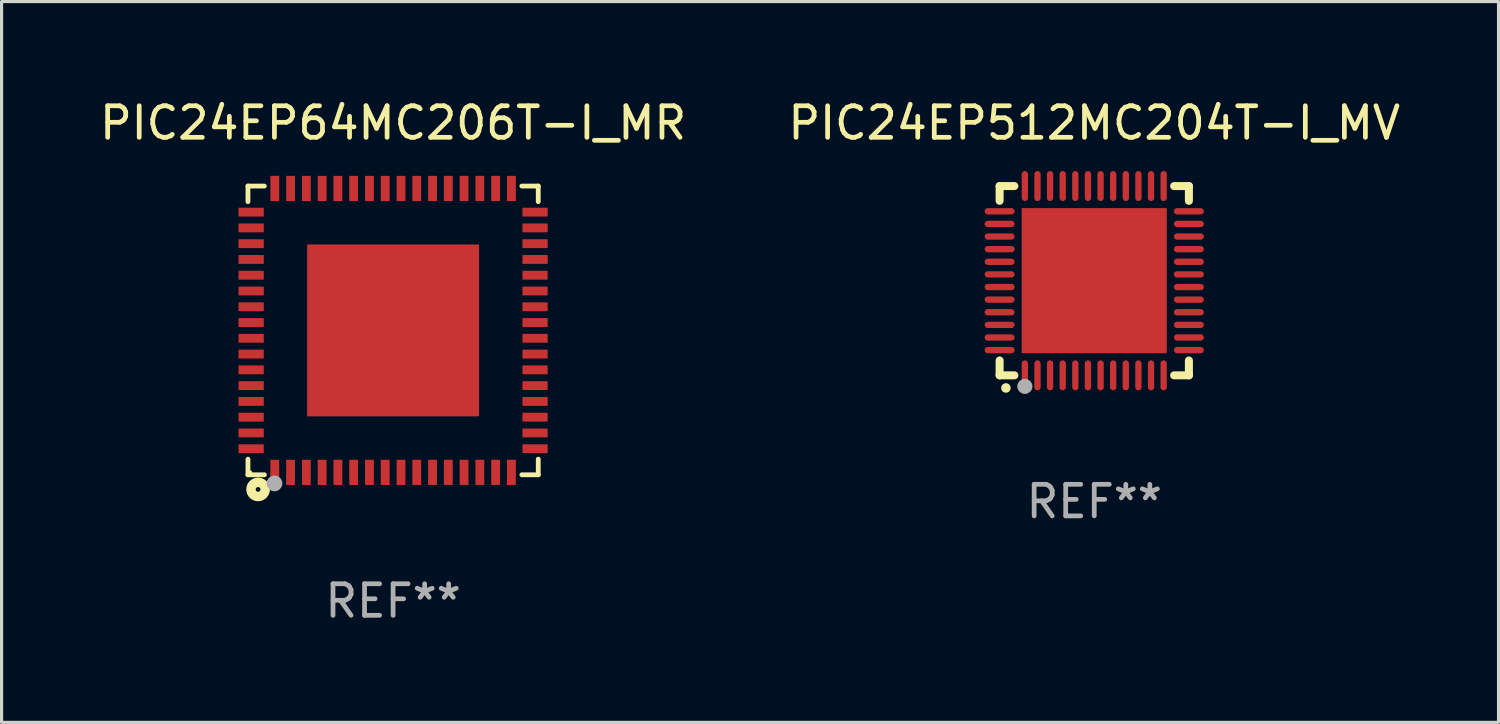
<source format=kicad_pcb>
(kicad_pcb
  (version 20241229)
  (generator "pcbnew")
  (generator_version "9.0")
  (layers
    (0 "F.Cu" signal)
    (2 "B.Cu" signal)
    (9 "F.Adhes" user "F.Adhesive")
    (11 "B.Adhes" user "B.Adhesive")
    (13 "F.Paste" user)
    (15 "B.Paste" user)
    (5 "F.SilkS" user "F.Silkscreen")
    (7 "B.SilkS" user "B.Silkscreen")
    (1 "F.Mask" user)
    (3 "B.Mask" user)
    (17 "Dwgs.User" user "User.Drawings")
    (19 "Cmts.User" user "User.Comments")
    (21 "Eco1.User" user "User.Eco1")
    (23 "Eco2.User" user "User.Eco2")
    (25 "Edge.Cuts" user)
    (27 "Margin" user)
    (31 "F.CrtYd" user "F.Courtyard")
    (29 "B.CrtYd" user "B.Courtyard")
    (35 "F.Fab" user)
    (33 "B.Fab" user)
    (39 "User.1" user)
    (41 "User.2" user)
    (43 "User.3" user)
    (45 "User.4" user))
  (footprint "PIC24EP512MC204T-I_MV"
    (layer "F.Cu")
    (at 31.637 5.848)
    (property "Reference" "PIC24EP512MC204T-I_MV" (at 0 -5 0) (layer "F.SilkS") (effects (font (size 1 1) (thickness 0.15))))
    (attr through_hole)
    (fp_line (start -3 -3) (end -2.532 -3) (stroke (width 0.254) (type solid)) (layer "F.SilkS"))
    (fp_line (start -3 -2.532) (end -3 -3) (stroke (width 0.254) (type solid)) (layer "F.SilkS"))
    (fp_line (start -3 3) (end -3 2.529) (stroke (width 0.254) (type solid)) (layer "F.SilkS"))
    (fp_line (start -2.532 3) (end -3 3) (stroke (width 0.254) (type solid)) (layer "F.SilkS"))
    (fp_line (start 2.532 -3) (end 3 -3) (stroke (width 0.254) (type solid)) (layer "F.SilkS"))
    (fp_line (start 3 -3) (end 3 -2.532) (stroke (width 0.254) (type solid)) (layer "F.SilkS"))
    (fp_line (start 3 2.529) (end 3 3) (stroke (width 0.254) (type solid)) (layer "F.SilkS"))
    (fp_line (start 3 3) (end 2.532 3) (stroke (width 0.254) (type solid)) (layer "F.SilkS"))
    (fp_arc (start -2.801295 3.400025) (mid -2.800025 3.40002) (end -2.798755 3.400025) (stroke (width 0.3) (type solid)) (layer "F.SilkS"))
    (fp_circle (center -3 3) (end -2.97 3) (stroke (width 0.06) (type solid)) (fill no) (layer "F.SilkS"))
    (fp_circle (center -2.2 3.35) (end -2.08 3.35) (stroke (width 0.24) (type solid)) (fill no) (layer "F.Fab"))
    (fp_text user "REF**" (at 0 7 0) (layer "F.Fab") (effects (font (size 1 1) (thickness 0.15))))
    (pad "1" smd oval (at -2.2 3) (size 0.2 0.95) (layers "F.Cu" "F.Mask" "F.Paste"))
    (pad "2" smd oval (at -1.8 3) (size 0.2 0.95) (layers "F.Cu" "F.Mask" "F.Paste"))
    (pad "3" smd oval (at -1.4 3) (size 0.2 0.95) (layers "F.Cu" "F.Mask" "F.Paste"))
    (pad "4" smd oval (at -1 3) (size 0.2 0.95) (layers "F.Cu" "F.Mask" "F.Paste"))
    (pad "5" smd oval (at -0.6 3) (size 0.2 0.95) (layers "F.Cu" "F.Mask" "F.Paste"))
    (pad "6" smd oval (at -0.2 3) (size 0.2 0.95) (layers "F.Cu" "F.Mask" "F.Paste"))
    (pad "7" smd oval (at 0.2 3) (size 0.2 0.95) (layers "F.Cu" "F.Mask" "F.Paste"))
    (pad "8" smd oval (at 0.6 3) (size 0.2 0.95) (layers "F.Cu" "F.Mask" "F.Paste"))
    (pad "9" smd oval (at 1 3) (size 0.2 0.95) (layers "F.Cu" "F.Mask" "F.Paste"))
    (pad "10" smd oval (at 1.4 3) (size 0.2 0.95) (layers "F.Cu" "F.Mask" "F.Paste"))
    (pad "11" smd oval (at 1.8 3) (size 0.2 0.95) (layers "F.Cu" "F.Mask" "F.Paste"))
    (pad "12" smd oval (at 2.2 3) (size 0.2 0.95) (layers "F.Cu" "F.Mask" "F.Paste"))
    (pad "13" smd oval (at 3 2.2 90) (size 0.2 0.95) (layers "F.Cu" "F.Mask" "F.Paste"))
    (pad "14" smd oval (at 3 1.8 90) (size 0.2 0.95) (layers "F.Cu" "F.Mask" "F.Paste"))
    (pad "15" smd oval (at 3 1.4 90) (size 0.2 0.95) (layers "F.Cu" "F.Mask" "F.Paste"))
    (pad "16" smd oval (at 3 1 90) (size 0.2 0.95) (layers "F.Cu" "F.Mask" "F.Paste"))
    (pad "17" smd oval (at 3 0.6 90) (size 0.2 0.95) (layers "F.Cu" "F.Mask" "F.Paste"))
    (pad "18" smd oval (at 3 0.2 90) (size 0.2 0.95) (layers "F.Cu" "F.Mask" "F.Paste"))
    (pad "19" smd oval (at 3 -0.2 90) (size 0.2 0.95) (layers "F.Cu" "F.Mask" "F.Paste"))
    (pad "20" smd oval (at 3 -0.6 90) (size 0.2 0.95) (layers "F.Cu" "F.Mask" "F.Paste"))
    (pad "21" smd oval (at 3 -1 90) (size 0.2 0.95) (layers "F.Cu" "F.Mask" "F.Paste"))
    (pad "22" smd oval (at 3 -1.4 90) (size 0.2 0.95) (layers "F.Cu" "F.Mask" "F.Paste"))
    (pad "23" smd oval (at 3 -1.8 90) (size 0.2 0.95) (layers "F.Cu" "F.Mask" "F.Paste"))
    (pad "24" smd oval (at 3 -2.2 90) (size 0.2 0.95) (layers "F.Cu" "F.Mask" "F.Paste"))
    (pad "25" smd oval (at 2.2 -3 180) (size 0.2 0.95) (layers "F.Cu" "F.Mask" "F.Paste"))
    (pad "26" smd oval (at 1.8 -3 180) (size 0.2 0.95) (layers "F.Cu" "F.Mask" "F.Paste"))
    (pad "27" smd oval (at 1.4 -3 180) (size 0.2 0.95) (layers "F.Cu" "F.Mask" "F.Paste"))
    (pad "28" smd oval (at 1 -3 180) (size 0.2 0.95) (layers "F.Cu" "F.Mask" "F.Paste"))
    (pad "29" smd oval (at 0.6 -3 180) (size 0.2 0.95) (layers "F.Cu" "F.Mask" "F.Paste"))
    (pad "30" smd oval (at 0.2 -3 180) (size 0.2 0.95) (layers "F.Cu" "F.Mask" "F.Paste"))
    (pad "31" smd oval (at -0.2 -3 180) (size 0.2 0.95) (layers "F.Cu" "F.Mask" "F.Paste"))
    (pad "32" smd oval (at -0.6 -3 180) (size 0.2 0.95) (layers "F.Cu" "F.Mask" "F.Paste"))
    (pad "33" smd oval (at -1 -3 180) (size 0.2 0.95) (layers "F.Cu" "F.Mask" "F.Paste"))
    (pad "34" smd oval (at -1.4 -3 180) (size 0.2 0.95) (layers "F.Cu" "F.Mask" "F.Paste"))
    (pad "35" smd oval (at -1.8 -3 180) (size 0.2 0.95) (layers "F.Cu" "F.Mask" "F.Paste"))
    (pad "36" smd oval (at -2.2 -3 180) (size 0.2 0.95) (layers "F.Cu" "F.Mask" "F.Paste"))
    (pad "37" smd oval (at -3 -2.2 270) (size 0.2 0.95) (layers "F.Cu" "F.Mask" "F.Paste"))
    (pad "38" smd oval (at -3 -1.8 270) (size 0.2 0.95) (layers "F.Cu" "F.Mask" "F.Paste"))
    (pad "39" smd oval (at -3 -1.4 270) (size 0.2 0.95) (layers "F.Cu" "F.Mask" "F.Paste"))
    (pad "40" smd oval (at -3 -1 270) (size 0.2 0.95) (layers "F.Cu" "F.Mask" "F.Paste"))
    (pad "41" smd oval (at -3 -0.6 270) (size 0.2 0.95) (layers "F.Cu" "F.Mask" "F.Paste"))
    (pad "42" smd oval (at -3 -0.2 270) (size 0.2 0.95) (layers "F.Cu" "F.Mask" "F.Paste"))
    (pad "43" smd oval (at -3 0.2 270) (size 0.2 0.95) (layers "F.Cu" "F.Mask" "F.Paste"))
    (pad "44" smd oval (at -3 0.6 270) (size 0.2 0.95) (layers "F.Cu" "F.Mask" "F.Paste"))
    (pad "45" smd oval (at -3 1 270) (size 0.2 0.95) (layers "F.Cu" "F.Mask" "F.Paste"))
    (pad "46" smd oval (at -3 1.4 270) (size 0.2 0.95) (layers "F.Cu" "F.Mask" "F.Paste"))
    (pad "47" smd oval (at -3 1.8 270) (size 0.2 0.95) (layers "F.Cu" "F.Mask" "F.Paste"))
    (pad "48" smd oval (at -3 2.2 270) (size 0.2 0.95) (layers "F.Cu" "F.Mask" "F.Paste"))
    (pad "49" smd rect (at -0.001 -0.001 180) (size 4.6 4.6) (layers "F.Cu" "F.Mask" "F.Paste")))
  (footprint "PIC24EP64MC206T-I_MR"
    (layer "F.Cu")
    (at 9.411 7.424)
    (property "Reference" "PIC24EP64MC206T-I_MR" (at 0 -6.576 0) (layer "F.SilkS") (effects (font (size 1 1) (thickness 0.15))))
    (attr through_hole)
    (fp_line (start -4.601 -4.576) (end -4.081 -4.576) (stroke (width 0.152) (type solid)) (layer "F.SilkS"))
    (fp_line (start -4.601 -4.081) (end -4.601 -4.576) (stroke (width 0.152) (type solid)) (layer "F.SilkS"))
    (fp_line (start -4.601 4.081) (end -4.601 4.576) (stroke (width 0.152) (type solid)) (layer "F.SilkS"))
    (fp_line (start -4.601 4.576) (end -4.081 4.576) (stroke (width 0.152) (type solid)) (layer "F.SilkS"))
    (fp_line (start 4.601 -4.576) (end 4.081 -4.576) (stroke (width 0.152) (type solid)) (layer "F.SilkS"))
    (fp_line (start 4.601 -4.081) (end 4.601 -4.576) (stroke (width 0.152) (type solid)) (layer "F.SilkS"))
    (fp_line (start 4.601 4.081) (end 4.601 4.576) (stroke (width 0.152) (type solid)) (layer "F.SilkS"))
    (fp_line (start 4.601 4.576) (end 4.081 4.576) (stroke (width 0.152) (type solid)) (layer "F.SilkS"))
    (fp_circle (center -4.525 4.5) (end -4.495 4.5) (stroke (width 0.06) (type solid)) (fill no) (layer "F.SilkS"))
    (fp_circle (center -4.28 5.04) (end -4.205 5.04) (stroke (width 0.3) (type solid)) (fill no) (layer "F.SilkS"))
    (fp_circle (center -3.76 4.85) (end -3.635 4.85) (stroke (width 0.25) (type solid)) (fill no) (layer "F.Fab"))
    (fp_text user "REF**" (at 0 8.576 0) (layer "F.Fab") (effects (font (size 1 1) (thickness 0.15))))
    (pad "1" smd rect (at -3.75 4.5) (size 0.28 0.8) (layers "F.Cu" "F.Mask" "F.Paste"))
    (pad "2" smd rect (at -3.25 4.5) (size 0.28 0.8) (layers "F.Cu" "F.Mask" "F.Paste"))
    (pad "3" smd rect (at -2.75 4.5) (size 0.28 0.8) (layers "F.Cu" "F.Mask" "F.Paste"))
    (pad "4" smd rect (at -2.25 4.5) (size 0.28 0.8) (layers "F.Cu" "F.Mask" "F.Paste"))
    (pad "5" smd rect (at -1.75 4.5) (size 0.28 0.8) (layers "F.Cu" "F.Mask" "F.Paste"))
    (pad "6" smd rect (at -1.25 4.5) (size 0.28 0.8) (layers "F.Cu" "F.Mask" "F.Paste"))
    (pad "7" smd rect (at -0.75 4.5) (size 0.28 0.8) (layers "F.Cu" "F.Mask" "F.Paste"))
    (pad "8" smd rect (at -0.25 4.5) (size 0.28 0.8) (layers "F.Cu" "F.Mask" "F.Paste"))
    (pad "9" smd rect (at 0.25 4.5) (size 0.28 0.8) (layers "F.Cu" "F.Mask" "F.Paste"))
    (pad "10" smd rect (at 0.75 4.5) (size 0.28 0.8) (layers "F.Cu" "F.Mask" "F.Paste"))
    (pad "11" smd rect (at 1.25 4.5) (size 0.28 0.8) (layers "F.Cu" "F.Mask" "F.Paste"))
    (pad "12" smd rect (at 1.75 4.5) (size 0.28 0.8) (layers "F.Cu" "F.Mask" "F.Paste"))
    (pad "13" smd rect (at 2.25 4.5) (size 0.28 0.8) (layers "F.Cu" "F.Mask" "F.Paste"))
    (pad "14" smd rect (at 2.75 4.5) (size 0.28 0.8) (layers "F.Cu" "F.Mask" "F.Paste"))
    (pad "15" smd rect (at 3.25 4.5) (size 0.28 0.8) (layers "F.Cu" "F.Mask" "F.Paste"))
    (pad "16" smd rect (at 3.75 4.5) (size 0.28 0.8) (layers "F.Cu" "F.Mask" "F.Paste"))
    (pad "17" smd rect (at 4.5 3.75) (size 0.8 0.28) (layers "F.Cu" "F.Mask" "F.Paste"))
    (pad "18" smd rect (at 4.5 3.25) (size 0.8 0.28) (layers "F.Cu" "F.Mask" "F.Paste"))
    (pad "19" smd rect (at 4.5 2.75) (size 0.8 0.28) (layers "F.Cu" "F.Mask" "F.Paste"))
    (pad "20" smd rect (at 4.5 2.25) (size 0.8 0.28) (layers "F.Cu" "F.Mask" "F.Paste"))
    (pad "21" smd rect (at 4.5 1.75) (size 0.8 0.28) (layers "F.Cu" "F.Mask" "F.Paste"))
    (pad "22" smd rect (at 4.5 1.25) (size 0.8 0.28) (layers "F.Cu" "F.Mask" "F.Paste"))
    (pad "23" smd rect (at 4.5 0.75) (size 0.8 0.28) (layers "F.Cu" "F.Mask" "F.Paste"))
    (pad "24" smd rect (at 4.5 0.25) (size 0.8 0.28) (layers "F.Cu" "F.Mask" "F.Paste"))
    (pad "25" smd rect (at 4.5 -0.25) (size 0.8 0.28) (layers "F.Cu" "F.Mask" "F.Paste"))
    (pad "26" smd rect (at 4.5 -0.75) (size 0.8 0.28) (layers "F.Cu" "F.Mask" "F.Paste"))
    (pad "27" smd rect (at 4.5 -1.25) (size 0.8 0.28) (layers "F.Cu" "F.Mask" "F.Paste"))
    (pad "28" smd rect (at 4.5 -1.75) (size 0.8 0.28) (layers "F.Cu" "F.Mask" "F.Paste"))
    (pad "29" smd rect (at 4.5 -2.25) (size 0.8 0.28) (layers "F.Cu" "F.Mask" "F.Paste"))
    (pad "30" smd rect (at 4.5 -2.75) (size 0.8 0.28) (layers "F.Cu" "F.Mask" "F.Paste"))
    (pad "31" smd rect (at 4.5 -3.25) (size 0.8 0.28) (layers "F.Cu" "F.Mask" "F.Paste"))
    (pad "32" smd rect (at 4.5 -3.75) (size 0.8 0.28) (layers "F.Cu" "F.Mask" "F.Paste"))
    (pad "33" smd rect (at 3.75 -4.5) (size 0.28 0.8) (layers "F.Cu" "F.Mask" "F.Paste"))
    (pad "34" smd rect (at 3.25 -4.5) (size 0.28 0.8) (layers "F.Cu" "F.Mask" "F.Paste"))
    (pad "35" smd rect (at 2.75 -4.5) (size 0.28 0.8) (layers "F.Cu" "F.Mask" "F.Paste"))
    (pad "36" smd rect (at 2.25 -4.5) (size 0.28 0.8) (layers "F.Cu" "F.Mask" "F.Paste"))
    (pad "37" smd rect (at 1.75 -4.5) (size 0.28 0.8) (layers "F.Cu" "F.Mask" "F.Paste"))
    (pad "38" smd rect (at 1.25 -4.5) (size 0.28 0.8) (layers "F.Cu" "F.Mask" "F.Paste"))
    (pad "39" smd rect (at 0.75 -4.5) (size 0.28 0.8) (layers "F.Cu" "F.Mask" "F.Paste"))
    (pad "40" smd rect (at 0.25 -4.5) (size 0.28 0.8) (layers "F.Cu" "F.Mask" "F.Paste"))
    (pad "41" smd rect (at -0.25 -4.5) (size 0.28 0.8) (layers "F.Cu" "F.Mask" "F.Paste"))
    (pad "42" smd rect (at -0.75 -4.5) (size 0.28 0.8) (layers "F.Cu" "F.Mask" "F.Paste"))
    (pad "43" smd rect (at -1.25 -4.5) (size 0.28 0.8) (layers "F.Cu" "F.Mask" "F.Paste"))
    (pad "44" smd rect (at -1.75 -4.5) (size 0.28 0.8) (layers "F.Cu" "F.Mask" "F.Paste"))
    (pad "45" smd rect (at -2.25 -4.5) (size 0.28 0.8) (layers "F.Cu" "F.Mask" "F.Paste"))
    (pad "46" smd rect (at -2.75 -4.5) (size 0.28 0.8) (layers "F.Cu" "F.Mask" "F.Paste"))
    (pad "47" smd rect (at -3.25 -4.5) (size 0.28 0.8) (layers "F.Cu" "F.Mask" "F.Paste"))
    (pad "48" smd rect (at -3.75 -4.5) (size 0.28 0.8) (layers "F.Cu" "F.Mask" "F.Paste"))
    (pad "49" smd rect (at -4.5 -3.75) (size 0.8 0.28) (layers "F.Cu" "F.Mask" "F.Paste"))
    (pad "50" smd rect (at -4.5 -3.25) (size 0.8 0.28) (layers "F.Cu" "F.Mask" "F.Paste"))
    (pad "51" smd rect (at -4.5 -2.75) (size 0.8 0.28) (layers "F.Cu" "F.Mask" "F.Paste"))
    (pad "52" smd rect (at -4.5 -2.25) (size 0.8 0.28) (layers "F.Cu" "F.Mask" "F.Paste"))
    (pad "53" smd rect (at -4.5 -1.75) (size 0.8 0.28) (layers "F.Cu" "F.Mask" "F.Paste"))
    (pad "54" smd rect (at -4.5 -1.25) (size 0.8 0.28) (layers "F.Cu" "F.Mask" "F.Paste"))
    (pad "55" smd rect (at -4.5 -0.75) (size 0.8 0.28) (layers "F.Cu" "F.Mask" "F.Paste"))
    (pad "56" smd rect (at -4.5 -0.25) (size 0.8 0.28) (layers "F.Cu" "F.Mask" "F.Paste"))
    (pad "57" smd rect (at -4.5 0.25) (size 0.8 0.28) (layers "F.Cu" "F.Mask" "F.Paste"))
    (pad "58" smd rect (at -4.5 0.75) (size 0.8 0.28) (layers "F.Cu" "F.Mask" "F.Paste"))
    (pad "59" smd rect (at -4.5 1.25) (size 0.8 0.28) (layers "F.Cu" "F.Mask" "F.Paste"))
    (pad "60" smd rect (at -4.5 1.75) (size 0.8 0.28) (layers "F.Cu" "F.Mask" "F.Paste"))
    (pad "61" smd rect (at -4.5 2.25) (size 0.8 0.28) (layers "F.Cu" "F.Mask" "F.Paste"))
    (pad "62" smd rect (at -4.5 2.75) (size 0.8 0.28) (layers "F.Cu" "F.Mask" "F.Paste"))
    (pad "63" smd rect (at -4.5 3.25) (size 0.8 0.28) (layers "F.Cu" "F.Mask" "F.Paste"))
    (pad "64" smd rect (at -4.5 3.75) (size 0.8 0.28) (layers "F.Cu" "F.Mask" "F.Paste"))
    (pad "65" smd rect (at 0 0) (size 5.45 5.45) (layers "F.Cu" "F.Mask" "F.Paste")))
  (gr_rect
    (start -3 -3)
    (end 44.452 19.849)
    (stroke (width 0.1) (type default))
    (fill no)
    (layer "Edge.Cuts")))
</source>
